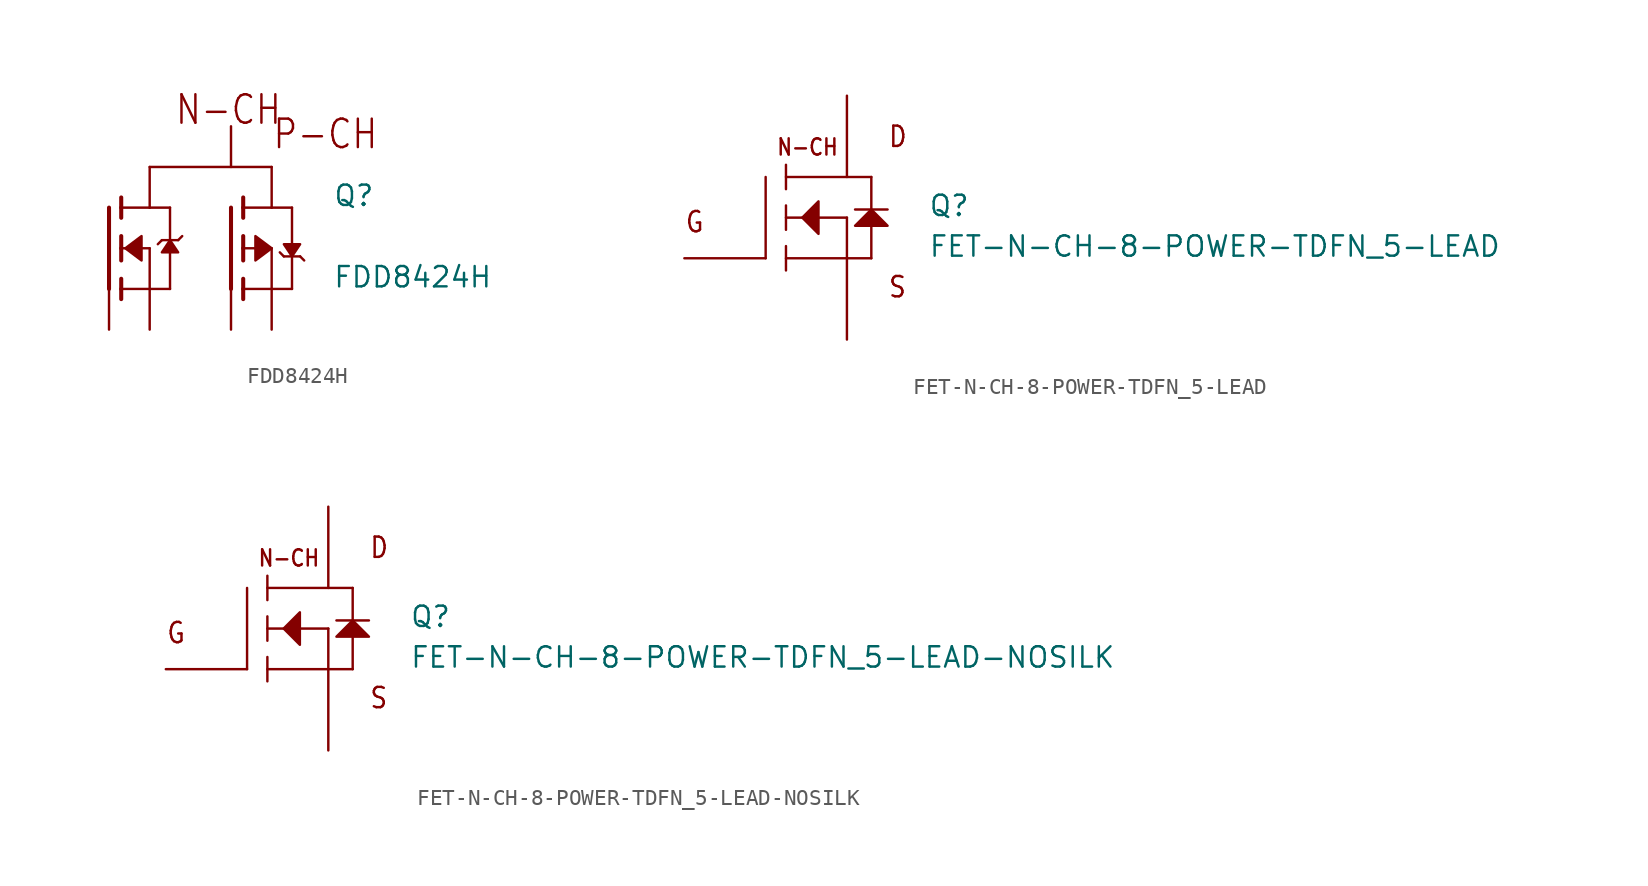
<source format=kicad_sym>
(kicad_symbol_lib
  (version 20211014)
  (generator kicad_symbol_editor)
  (symbol "FDD8424H"
    (pin_numbers hide)
    (pin_names hide)
    (property "Reference" "Q"
      (at 8.906 2.545 0)
      (effects (font (size 1.27 1.27)) (justify left bottom)))
    (property "Value" "FDD8424H"
      (at 8.892 -2.541 0)
      (effects (font (size 1.27 1.27)) (justify left bottom)))
    (property "Datasheet" ""
      (at 0 0 0))
    (property "ki_description" "MOSFET 40V Dual N & P-Ch PowerTrench MOSFET "
      (at 0 0 0))
    (property "ki_fp_filters" "FlashPCB_Transistors:DPAK114P990X239-6N"
      (at 0 0 0))
    (symbol "FDD8424H_1_1"
      (text "N-CH" (at -1.016 7.62 0) (effects (font (size 1.778 1.52)) (justify left bottom)))
      (text "P-CH" (at 5.08 6.096 0) (effects (font (size 1.778 1.52)) (justify left bottom)))
      (polyline (pts (xy -1.27 0.508) (xy -1.778 -0.254) (xy -0.762 -0.254) (xy -1.27 0.508)) (stroke (width 0.152) (type default)) (fill (type outline)))
      (polyline (pts (xy -4.064 0) (xy -3.048 0.762) (xy -3.048 -0.762) (xy -4.064 0)) (stroke (width 0.152) (type default)) (fill (type outline)))
      (polyline (pts (xy 6.35 -0.508) (xy 5.842 0.254) (xy 6.858 0.254) (xy 6.35 -0.508)) (stroke (width 0.152) (type default)) (fill (type outline)))
      (polyline (pts (xy 5.08 0) (xy 4.064 0.762) (xy 4.064 -0.762) (xy 5.08 0)) (stroke (width 0.152) (type default)) (fill (type outline)))
      (polyline (pts (xy -4.318 0.762) (xy -4.318 0)) (stroke (width 0.254)) (fill (type none)))
      (polyline (pts (xy -4.318 0) (xy -4.318 -0.762)) (stroke (width 0.254)) (fill (type none)))
      (polyline (pts (xy -4.318 3.175) (xy -4.318 2.54)) (stroke (width 0.254)) (fill (type none)))
      (polyline (pts (xy -4.318 2.54) (xy -4.318 1.905)) (stroke (width 0.254)) (fill (type none)))
      (polyline (pts (xy -4.318 0) (xy -2.54 0)) (stroke (width 0.152)) (fill (type none)))
      (polyline (pts (xy -2.54 0) (xy -2.54 -2.54)) (stroke (width 0.152)) (fill (type none)))
      (polyline (pts (xy -4.318 -1.905) (xy -4.318 -2.54)) (stroke (width 0.254)) (fill (type none)))
      (polyline (pts (xy -4.318 -2.54) (xy -4.318 -3.175)) (stroke (width 0.254)) (fill (type none)))
      (polyline (pts (xy -5.08 2.54) (xy -5.08 -2.54)) (stroke (width 0.254)) (fill (type none)))
      (polyline (pts (xy -2.54 -2.54) (xy -4.318 -2.54)) (stroke (width 0.152)) (fill (type none)))
      (polyline (pts (xy -1.27 2.54) (xy -1.27 0.508)) (stroke (width 0.152)) (fill (type none)))
      (polyline (pts (xy -1.27 0.508) (xy -1.27 -2.54)) (stroke (width 0.152)) (fill (type none)))
      (polyline (pts (xy -2.54 -2.54) (xy -1.27 -2.54)) (stroke (width 0.152)) (fill (type none)))
      (polyline (pts (xy -4.318 2.54) (xy -2.54 2.54)) (stroke (width 0.152)) (fill (type none)))
      (polyline (pts (xy -2.54 2.54) (xy -1.27 2.54)) (stroke (width 0.152)) (fill (type none)))
      (polyline (pts (xy -0.508 0.762) (xy -0.762 0.508)) (stroke (width 0.152)) (fill (type none)))
      (polyline (pts (xy -0.762 0.508) (xy -1.27 0.508)) (stroke (width 0.152)) (fill (type none)))
      (polyline (pts (xy -1.27 0.508) (xy -1.778 0.508)) (stroke (width 0.152)) (fill (type none)))
      (polyline (pts (xy -1.778 0.508) (xy -2.032 0.254)) (stroke (width 0.152)) (fill (type none)))
      (polyline (pts (xy 3.302 -0.762) (xy 3.302 0)) (stroke (width 0.254)) (fill (type none)))
      (polyline (pts (xy 3.302 0) (xy 3.302 0.762)) (stroke (width 0.254)) (fill (type none)))
      (polyline (pts (xy 3.302 -3.175) (xy 3.302 -2.54)) (stroke (width 0.254)) (fill (type none)))
      (polyline (pts (xy 3.302 -2.54) (xy 3.302 -1.905)) (stroke (width 0.254)) (fill (type none)))
      (polyline (pts (xy 3.302 0) (xy 5.08 0)) (stroke (width 0.152)) (fill (type none)))
      (polyline (pts (xy 3.302 1.905) (xy 3.302 2.54)) (stroke (width 0.254)) (fill (type none)))
      (polyline (pts (xy 3.302 2.54) (xy 3.302 3.175)) (stroke (width 0.254)) (fill (type none)))
      (polyline (pts (xy 2.54 -2.54) (xy 2.54 2.54)) (stroke (width 0.254)) (fill (type none)))
      (polyline (pts (xy 5.08 2.54) (xy 3.302 2.54)) (stroke (width 0.152)) (fill (type none)))
      (polyline (pts (xy 6.35 2.54) (xy 6.35 -0.508)) (stroke (width 0.152)) (fill (type none)))
      (polyline (pts (xy 6.35 -0.508) (xy 6.35 -2.54)) (stroke (width 0.152)) (fill (type none)))
      (polyline (pts (xy 3.302 -2.54) (xy 5.08 -2.54)) (stroke (width 0.152)) (fill (type none)))
      (polyline (pts (xy 7.112 -0.762) (xy 6.858 -0.508)) (stroke (width 0.152)) (fill (type none)))
      (polyline (pts (xy 6.858 -0.508) (xy 6.35 -0.508)) (stroke (width 0.152)) (fill (type none)))
      (polyline (pts (xy 6.35 -0.508) (xy 5.842 -0.508)) (stroke (width 0.152)) (fill (type none)))
      (polyline (pts (xy 5.842 -0.508) (xy 5.588 -0.254)) (stroke (width 0.152)) (fill (type none)))
      (polyline (pts (xy -2.54 2.54) (xy -2.54 5.08)) (stroke (width 0.152)) (fill (type none)))
      (polyline (pts (xy -2.54 5.08) (xy 5.08 5.08)) (stroke (width 0.152)) (fill (type none)))
      (polyline (pts (xy 5.08 5.08) (xy 5.08 2.54)) (stroke (width 0.152)) (fill (type none)))
      (polyline (pts (xy 5.08 0) (xy 5.08 -2.54)) (stroke (width 0.152)) (fill (type none)))
      (polyline (pts (xy 6.35 2.54) (xy 5.08 2.54)) (stroke (width 0.152)) (fill (type none)))
      (polyline (pts (xy 6.35 -2.54) (xy 5.08 -2.54)) (stroke (width 0.152)) (fill (type none)))
      (circle private (center 0 0) (radius 0.359) (stroke (width 0) (type default)) (fill (type none)))
      (circle private (center 0 0) (radius 0.359) (stroke (width 0) (type default)) (fill (type none)))
      (circle private (center 0 0) (radius 0.359) (stroke (width 0) (type default)) (fill (type none)))
      (circle private (center 0 0) (radius 0.359) (stroke (width 0) (type default)) (fill (type none)))
      (pin passive line (at 2.54 7.62 270) (length 2.54) (name "D1/D2" (effects (font (size 0 0)))) (number "6" (effects (font (size 0 0)))))
      (pin passive line (at -5.08 -5.08 90) (length 2.54) (name "G1" (effects (font (size 0 0)))) (number "2" (effects (font (size 0 0)))))
      (pin passive line (at 2.54 -5.08 90) (length 2.54) (name "G2" (effects (font (size 0 0)))) (number "5" (effects (font (size 0 0)))))
      (pin passive line (at -2.54 -5.08 90) (length 2.54) (name "S1" (effects (font (size 0 0)))) (number "1" (effects (font (size 0 0)))))
      (pin passive line (at 5.08 -5.08 90) (length 2.54) (name "S2" (effects (font (size 0 0)))) (number "4" (effects (font (size 0 0)))))))
  (symbol "FET-N-CH-8-POWER-TDFN_5-LEAD"
    (pin_numbers hide)
    (pin_names hide)
    (property "Reference" "Q"
      (at 7.62 0 0)
      (effects (font (size 1.27 1.27)) (justify left bottom)))
    (property "Value" "FET-N-CH-8-POWER-TDFN_5-LEAD"
      (at 7.62 -2.54 0)
      (effects (font (size 1.27 1.27)) (justify left bottom)))
    (property "Datasheet" ""
      (at 0 0 0))
    (property "ki_fp_filters" "FlashPCB_Transistors:8-POWER-TDFN-5LEAD"
      (at 0 0 0))
    (symbol "FET-N-CH-8-POWER-TDFN_5-LEAD_1_1"
      (text "G" (at -7.62 -1.016 0) (effects (font (size 1.27 1.086)) (justify left bottom)))
      (text "D" (at 5.08 4.318 0) (effects (font (size 1.27 1.086)) (justify left bottom)))
      (text "S" (at 5.08 -5.08 0) (effects (font (size 1.27 1.086)) (justify left bottom)))
      (text "N-CH" (at -1.905 3.81 0) (effects (font (size 1.016 0.869)) (justify left bottom)))
      (polyline (pts (xy -0.254 0) (xy 0.762 1.016) (xy 0.762 -1.016) (xy -0.254 0)) (stroke (width 0.152) (type default)) (fill (type outline)))
      (polyline (pts (xy 3.048 -0.508) (xy 5.08 -0.508) (xy 4.064 0.508) (xy 3.048 -0.508)) (stroke (width 0.152) (type default)) (fill (type outline)))
      (polyline (pts (xy -2.54 -2.54) (xy -2.54 2.54)) (stroke (width 0.152)) (fill (type none)))
      (polyline (pts (xy 2.54 -2.54) (xy -1.27 -2.54)) (stroke (width 0.152)) (fill (type none)))
      (polyline (pts (xy 2.54 -2.54) (xy 2.54 0)) (stroke (width 0.152)) (fill (type none)))
      (polyline (pts (xy 2.54 0) (xy -1.27 0)) (stroke (width 0.152)) (fill (type none)))
      (polyline (pts (xy 4.064 2.54) (xy -1.27 2.54)) (stroke (width 0.152)) (fill (type none)))
      (polyline (pts (xy -1.27 3.302) (xy -1.27 1.778)) (stroke (width 0.152)) (fill (type none)))
      (polyline (pts (xy -1.27 0.762) (xy -1.27 -0.762)) (stroke (width 0.152)) (fill (type none)))
      (polyline (pts (xy -1.27 -1.778) (xy -1.27 -3.302)) (stroke (width 0.152)) (fill (type none)))
      (polyline (pts (xy 2.54 -2.54) (xy 4.064 -2.54)) (stroke (width 0.152)) (fill (type none)))
      (polyline (pts (xy 4.064 -2.54) (xy 4.064 2.54)) (stroke (width 0.152)) (fill (type none)))
      (polyline (pts (xy 3.048 0.508) (xy 5.08 0.508)) (stroke (width 0.152)) (fill (type none)))
      (circle private (center 0 0) (radius 5.68) (stroke (width 0.152) (type default)) (fill (type none)))
      (pin bidirectional line (at -7.62 -2.54 0) (length 5.08) (name "GATE" (effects (font (size 0 0)))) (number "4" (effects (font (size 0 0)))))
      (pin bidirectional line (at 2.54 -7.62 90) (length 5.08) (name "SOURCE" (effects (font (size 0 0)))) (number "1" (effects (font (size 0 0)))))
      (pin bidirectional line (at 2.54 -7.62 90) (length 5.08) hide (name "SOURCE" (effects (font (size 0 0)))) (number "2" (effects (font (size 0 0)))))
      (pin bidirectional line (at 2.54 -7.62 90) (length 5.08) hide (name "SOURCE" (effects (font (size 0 0)))) (number "3" (effects (font (size 0 0)))))
      (pin bidirectional line (at 2.54 7.62 270) (length 5.08) (name "DRAIN" (effects (font (size 0 0)))) (number "5" (effects (font (size 0 0)))))
      (pin bidirectional line (at 2.54 7.62 270) (length 5.08) hide (name "DRAIN" (effects (font (size 0 0)))) (number "8" (effects (font (size 0 0)))))
      (pin bidirectional line (at 2.54 7.62 270) (length 5.08) hide (name "DRAIN" (effects (font (size 0 0)))) (number "TAB" (effects (font (size 0 0)))))
      (pin bidirectional line (at 2.54 7.62 270) (length 5.08) hide (name "DRAIN" (effects (font (size 0 0)))) (number "TAB_1" (effects (font (size 0 0)))))
      (pin bidirectional line (at 2.54 7.62 270) (length 5.08) hide (name "DRAIN" (effects (font (size 0 0)))) (number "TAB_2" (effects (font (size 0 0)))))))
  (symbol "FET-N-CH-8-POWER-TDFN_5-LEAD-NOSILK"
    (pin_numbers hide)
    (pin_names hide)
    (property "Reference" "Q"
      (at 7.62 0 0)
      (effects (font (size 1.27 1.27)) (justify left bottom)))
    (property "Value" "FET-N-CH-8-POWER-TDFN_5-LEAD-NOSILK"
      (at 7.62 -2.54 0)
      (effects (font (size 1.27 1.27)) (justify left bottom)))
    (property "Datasheet" ""
      (at 0 0 0))
    (property "ki_fp_filters" "FlashPCB_Transistors:8-POWER-TDFN-5LEAD-NOSILK"
      (at 0 0 0))
    (symbol "FET-N-CH-8-POWER-TDFN_5-LEAD-NOSILK_1_1"
      (text "G" (at -7.62 -1.016 0) (effects (font (size 1.27 1.086)) (justify left bottom)))
      (text "D" (at 5.08 4.318 0) (effects (font (size 1.27 1.086)) (justify left bottom)))
      (text "S" (at 5.08 -5.08 0) (effects (font (size 1.27 1.086)) (justify left bottom)))
      (text "N-CH" (at -1.905 3.81 0) (effects (font (size 1.016 0.869)) (justify left bottom)))
      (polyline (pts (xy -0.254 0) (xy 0.762 1.016) (xy 0.762 -1.016) (xy -0.254 0)) (stroke (width 0.152) (type default)) (fill (type outline)))
      (polyline (pts (xy 3.048 -0.508) (xy 5.08 -0.508) (xy 4.064 0.508) (xy 3.048 -0.508)) (stroke (width 0.152) (type default)) (fill (type outline)))
      (polyline (pts (xy -2.54 -2.54) (xy -2.54 2.54)) (stroke (width 0.152)) (fill (type none)))
      (polyline (pts (xy 2.54 -2.54) (xy -1.27 -2.54)) (stroke (width 0.152)) (fill (type none)))
      (polyline (pts (xy 2.54 -2.54) (xy 2.54 0)) (stroke (width 0.152)) (fill (type none)))
      (polyline (pts (xy 2.54 0) (xy -1.27 0)) (stroke (width 0.152)) (fill (type none)))
      (polyline (pts (xy 4.064 2.54) (xy -1.27 2.54)) (stroke (width 0.152)) (fill (type none)))
      (polyline (pts (xy -1.27 3.302) (xy -1.27 1.778)) (stroke (width 0.152)) (fill (type none)))
      (polyline (pts (xy -1.27 0.762) (xy -1.27 -0.762)) (stroke (width 0.152)) (fill (type none)))
      (polyline (pts (xy -1.27 -1.778) (xy -1.27 -3.302)) (stroke (width 0.152)) (fill (type none)))
      (polyline (pts (xy 2.54 -2.54) (xy 4.064 -2.54)) (stroke (width 0.152)) (fill (type none)))
      (polyline (pts (xy 4.064 -2.54) (xy 4.064 2.54)) (stroke (width 0.152)) (fill (type none)))
      (polyline (pts (xy 3.048 0.508) (xy 5.08 0.508)) (stroke (width 0.152)) (fill (type none)))
      (circle private (center 0 0) (radius 5.68) (stroke (width 0.152) (type default)) (fill (type none)))
      (pin bidirectional line (at -7.62 -2.54 0) (length 5.08) (name "GATE" (effects (font (size 0 0)))) (number "4" (effects (font (size 0 0)))))
      (pin bidirectional line (at 2.54 -7.62 90) (length 5.08) (name "SOURCE" (effects (font (size 0 0)))) (number "1" (effects (font (size 0 0)))))
      (pin bidirectional line (at 2.54 -7.62 90) (length 5.08) hide (name "SOURCE" (effects (font (size 0 0)))) (number "2" (effects (font (size 0 0)))))
      (pin bidirectional line (at 2.54 -7.62 90) (length 5.08) hide (name "SOURCE" (effects (font (size 0 0)))) (number "3" (effects (font (size 0 0)))))
      (pin bidirectional line (at 2.54 7.62 270) (length 5.08) (name "DRAIN" (effects (font (size 0 0)))) (number "5" (effects (font (size 0 0)))))
      (pin bidirectional line (at 2.54 7.62 270) (length 5.08) hide (name "DRAIN" (effects (font (size 0 0)))) (number "8" (effects (font (size 0 0)))))
      (pin bidirectional line (at 2.54 7.62 270) (length 5.08) hide (name "DRAIN" (effects (font (size 0 0)))) (number "TAB" (effects (font (size 0 0)))))
      (pin bidirectional line (at 2.54 7.62 270) (length 5.08) hide (name "DRAIN" (effects (font (size 0 0)))) (number "TAB_1" (effects (font (size 0 0)))))
      (pin bidirectional line (at 2.54 7.62 270) (length 5.08) hide (name "DRAIN" (effects (font (size 0 0)))) (number "TAB_2" (effects (font (size 0 0))))))))
</source>
